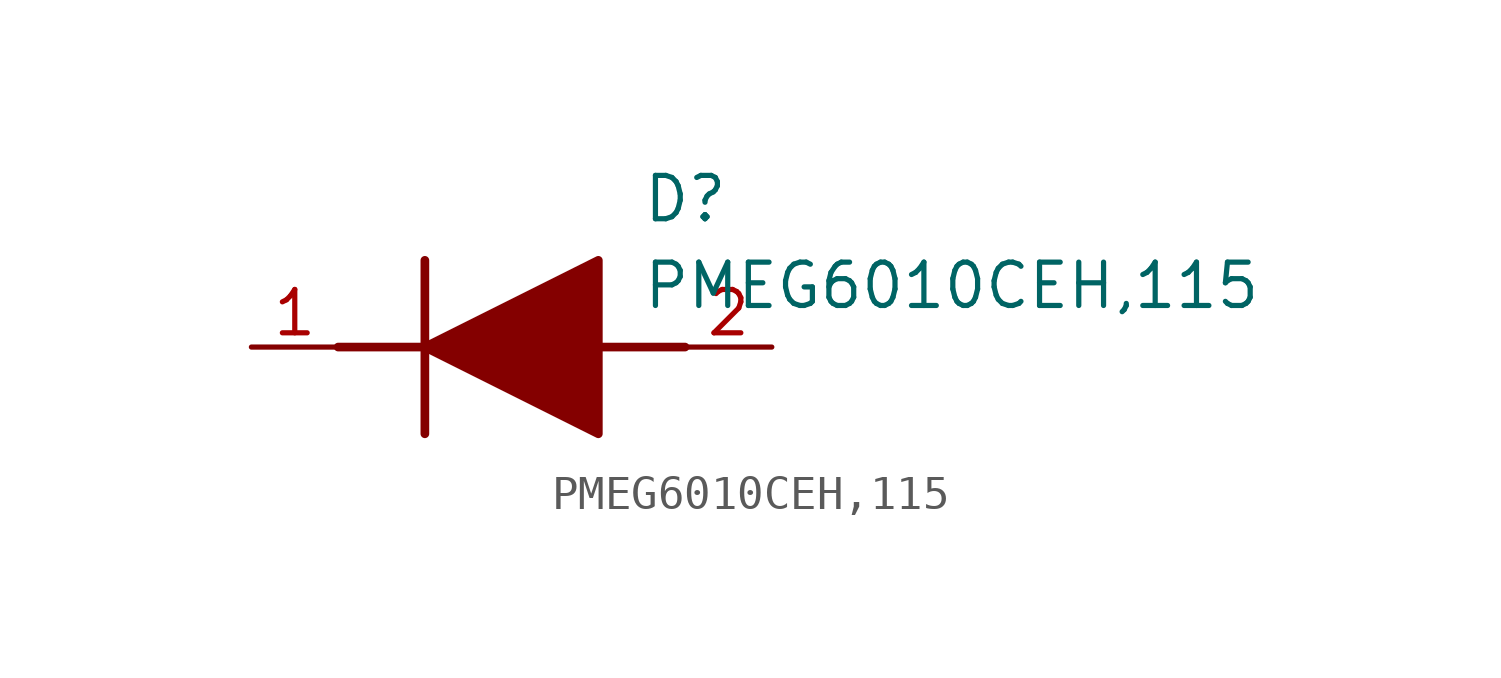
<source format=kicad_sym>
(kicad_symbol_lib
  (version 20211014)
  (generator SamacSys_ECAD_Model)
  (symbol "PMEG6010CEH,115"
    (pin_names hide)
    (property "Reference" "D"
      (at 11.43 5.08 0)
      (effects (font (size 1.27 1.27)) (justify left top)))
    (property "Value" "PMEG6010CEH,115"
      (at 11.43 2.54 0)
      (effects (font (size 1.27 1.27)) (justify left top)))
    (polyline
      (pts (xy 5.08 2.54) (xy 5.08 -2.54))
      (stroke (width 0.254) (type default))
      (fill (type none)))
    (polyline
      (pts (xy 2.54 0) (xy 5.08 0))
      (stroke (width 0.254) (type default))
      (fill (type none)))
    (polyline
      (pts (xy 10.16 0) (xy 12.7 0))
      (stroke (width 0.254) (type default))
      (fill (type none)))
    (polyline
      (pts (xy 5.08 0) (xy 10.16 2.54) (xy 10.16 -2.54) (xy 5.08 0))
      (stroke (width 0.254) (type default))
      (fill (type outline)))
    (pin passive line
      (at 0 0 0)
      (length 2.54)
      (name "K" (effects (font (size 1.27 1.27))))
      (number "1" (effects (font (size 1.27 1.27)))))
    (pin passive line
      (at 15.24 0 180)
      (length 2.54)
      (name "A" (effects (font (size 1.27 1.27))))
      (number "2" (effects (font (size 1.27 1.27)))))))
</source>
